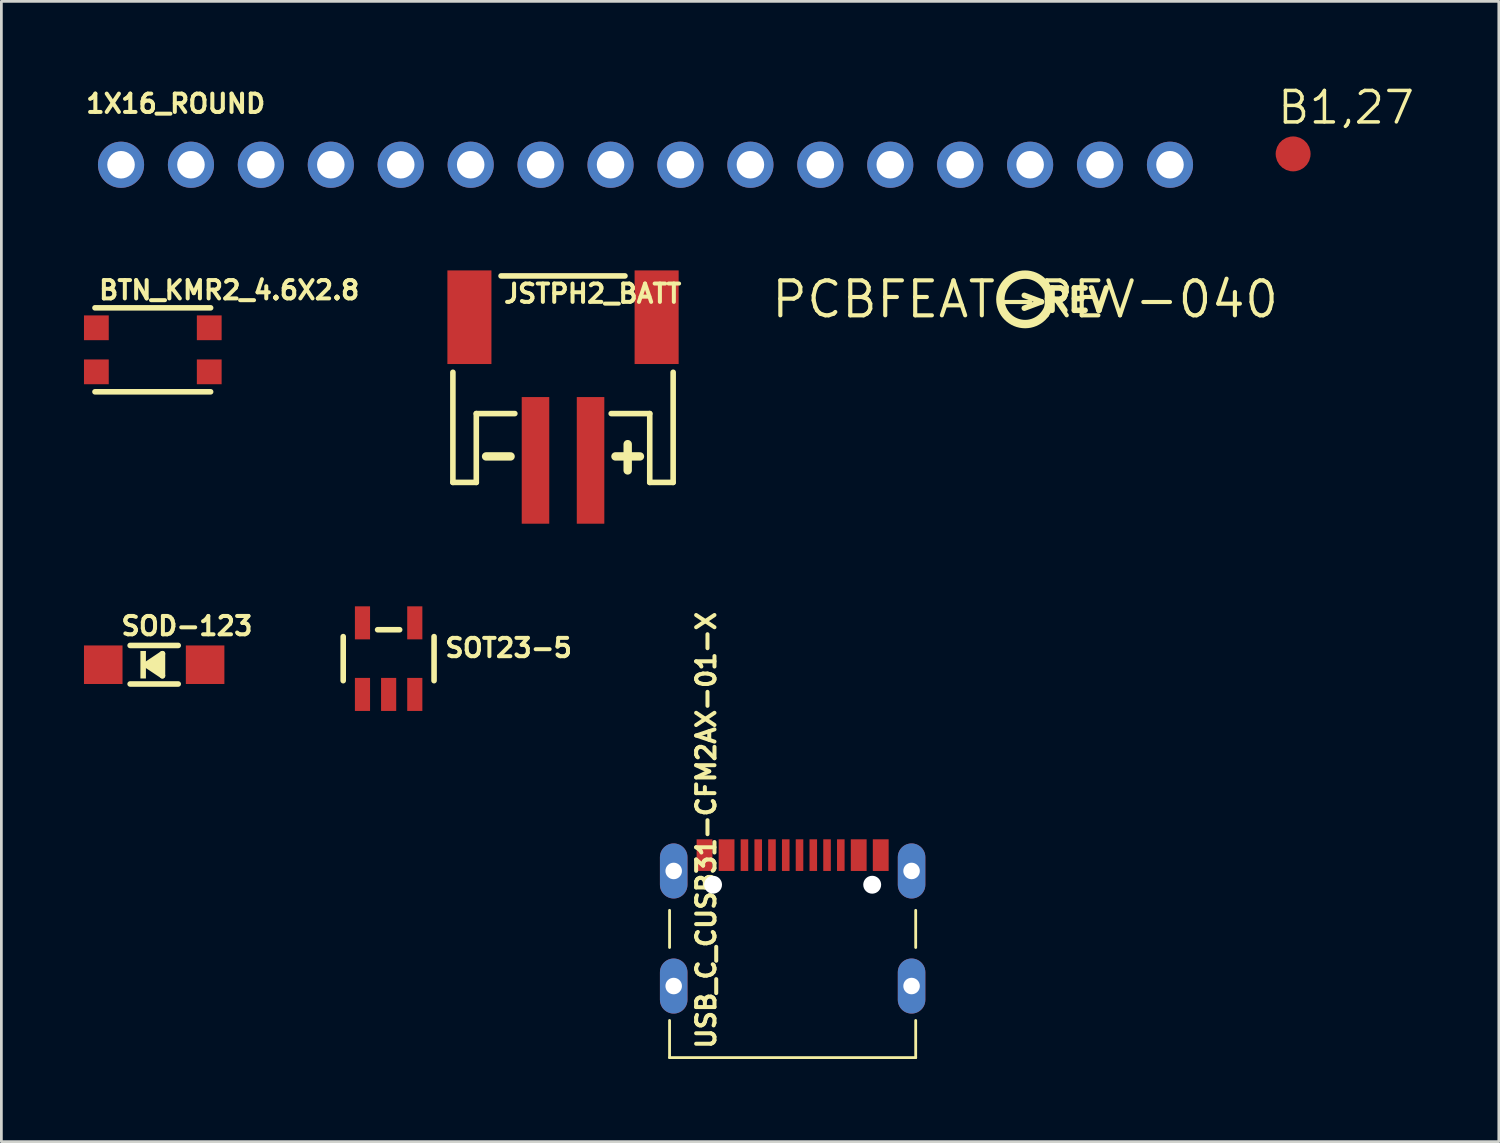
<source format=kicad_pcb>
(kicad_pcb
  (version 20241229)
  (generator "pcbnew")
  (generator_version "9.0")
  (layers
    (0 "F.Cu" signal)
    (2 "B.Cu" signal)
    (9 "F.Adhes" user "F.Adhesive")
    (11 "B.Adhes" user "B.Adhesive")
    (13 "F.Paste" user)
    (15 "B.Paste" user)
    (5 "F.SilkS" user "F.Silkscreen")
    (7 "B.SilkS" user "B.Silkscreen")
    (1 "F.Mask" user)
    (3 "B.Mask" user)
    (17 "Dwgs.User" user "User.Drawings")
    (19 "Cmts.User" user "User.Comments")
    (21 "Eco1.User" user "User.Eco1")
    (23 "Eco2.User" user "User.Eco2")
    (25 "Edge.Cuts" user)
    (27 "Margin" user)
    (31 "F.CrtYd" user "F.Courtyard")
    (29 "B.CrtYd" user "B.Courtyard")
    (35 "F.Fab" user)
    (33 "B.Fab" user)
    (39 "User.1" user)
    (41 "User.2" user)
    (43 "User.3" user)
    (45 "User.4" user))
  (footprint "USB_C_CUSB31-CFM2AX-01-X"
    (layer "F.Cu")
    (at 25.74 31.555)
    (property "Reference" "USB_C_CUSB31-CFM2AX-01-X" (at -2.75 3.56 90) (layer "F.SilkS") (effects (font (size 0.666 0.666) (thickness 0.146)) (justify left bottom)))
    (fp_line (start -4.47 -0.19) (end -4.47 -1.54) (stroke (width 0.102) (type solid)) (layer "F.SilkS"))
    (fp_line (start -4.47 3.81) (end -4.47 2.46) (stroke (width 0.102) (type solid)) (layer "F.SilkS"))
    (fp_line (start 4.47 -1.54) (end 4.47 -0.19) (stroke (width 0.102) (type solid)) (layer "F.SilkS"))
    (fp_line (start 4.47 2.46) (end 4.47 3.81) (stroke (width 0.102) (type solid)) (layer "F.SilkS"))
    (fp_line (start 4.47 3.81) (end -4.47 3.81) (stroke (width 0.102) (type solid)) (layer "F.SilkS"))
    (pad "" np_thru_hole circle (at -2.89 -2.47) (size 0.65 0.65) (drill 0.65) (layers "*.Cu" "*.Mask"))
    (pad "" np_thru_hole circle (at 2.89 -2.47) (size 0.65 0.65) (drill 0.65) (layers "*.Cu" "*.Mask"))
    (pad "A1B12" smd rect (at -3.2 -3.545) (size 0.575 1.15) (layers "F.Cu" "F.Mask" "F.Paste"))
    (pad "A4B9" smd rect (at -2.4 -3.545) (size 0.575 1.15) (layers "F.Cu" "F.Mask" "F.Paste"))
    (pad "A5" smd rect (at -1.25 -3.545) (size 0.275 1.15) (layers "F.Cu" "F.Mask" "F.Paste"))
    (pad "A6" smd rect (at -0.25 -3.545) (size 0.275 1.15) (layers "F.Cu" "F.Mask" "F.Paste"))
    (pad "A7" smd rect (at 0.25 -3.545) (size 0.275 1.15) (layers "F.Cu" "F.Mask" "F.Paste"))
    (pad "A8" smd rect (at 1.25 -3.545) (size 0.275 1.15) (layers "F.Cu" "F.Mask" "F.Paste"))
    (pad "B1A12" smd rect (at 3.2 -3.545) (size 0.575 1.15) (layers "F.Cu" "F.Mask" "F.Paste"))
    (pad "B4A9" smd rect (at 2.4 -3.545) (size 0.575 1.15) (layers "F.Cu" "F.Mask" "F.Paste"))
    (pad "B5" smd rect (at 1.75 -3.545) (size 0.275 1.15) (layers "F.Cu" "F.Mask" "F.Paste"))
    (pad "B6" smd rect (at 0.75 -3.545) (size 0.275 1.15) (layers "F.Cu" "F.Mask" "F.Paste"))
    (pad "B7" smd rect (at -0.75 -3.545) (size 0.275 1.15) (layers "F.Cu" "F.Mask" "F.Paste"))
    (pad "B8" smd rect (at -1.75 -3.545) (size 0.275 1.15) (layers "F.Cu" "F.Mask" "F.Paste"))
    (pad "M1" thru_hole oval (at -4.32 -2.97 90) (size 2 1) (drill 0.6) (layers "*.Cu" "*.Mask"))
    (pad "M2" thru_hole oval (at 4.32 -2.97 90) (size 2 1) (drill 0.6) (layers "*.Cu" "*.Mask"))
    (pad "M3" thru_hole oval (at -4.32 1.21 90) (size 2 1) (drill 0.6) (layers "*.Cu" "*.Mask"))
    (pad "M4" thru_hole oval (at 4.32 1.21 90) (size 2 1) (drill 0.6) (layers "*.Cu" "*.Mask")))
  (footprint "PCBFEAT-REV-040"
    (layer "F.Cu")
    (at 34.184 7.823)
    (property "Reference" "PCBFEAT-REV-040" (at 0 0 0) (layer "F.SilkS") (effects (font (size 1.27 1.27) (thickness 0.15))))
    (fp_circle (center 0 0) (end 0.898 0) (stroke (width 0.305) (type solid)) (fill no) (layer "F.SilkS"))
    (fp_text user ">REV" (at -0.356 0.508 0) (layer "F.SilkS") (effects (font (size 0.813 0.813) (thickness 0.203)) (justify left bottom))))
  (footprint "BTN_KMR2_4.6X2.8"
    (layer "F.Cu")
    (at 2.5 9.656)
    (property "Reference" "BTN_KMR2_4.6X2.8" (at -2.032 -1.778 0) (layer "F.SilkS") (effects (font (size 0.666 0.666) (thickness 0.146)) (justify left bottom)))
    (fp_line (start -2.1 -1.525) (end 2.1 -1.525) (stroke (width 0.203) (type solid)) (layer "F.SilkS"))
    (fp_line (start 2.1 1.525) (end -2.1 1.525) (stroke (width 0.203) (type solid)) (layer "F.SilkS"))
    (pad "A" smd rect (at 2.05 -0.8) (size 0.9 0.9) (layers "F.Cu" "F.Mask" "F.Paste"))
    (pad "A'" smd rect (at -2.05 -0.8) (size 0.9 0.9) (layers "F.Cu" "F.Mask" "F.Paste"))
    (pad "B" smd rect (at 2.05 0.8) (size 0.9 0.9) (layers "F.Cu" "F.Mask" "F.Paste"))
    (pad "B'" smd rect (at -2.05 0.8) (size 0.9 0.9) (layers "F.Cu" "F.Mask" "F.Paste")))
  (footprint "B1,27"
    (layer "F.Cu")
    (at 43.919 2.54)
    (property "Reference" "B1,27" (at -0.635 -1.016 0) (layer "F.SilkS") (effects (font (size 1.143 1.143) (thickness 0.127)) (justify left bottom)))
    (pad "TP" smd roundrect (at 0 0) (size 1.27 1.27) (layers "F.Cu" "F.Mask") (roundrect_rratio 0.5)))
  (footprint "1X16_ROUND"
    (layer "F.Cu")
    (at 20.396 2.934)
    (property "Reference" "1X16_ROUND" (at -20.396 -1.829 0) (layer "F.SilkS") (effects (font (size 0.666 0.666) (thickness 0.146)) (justify left bottom)))
    (pad "1" thru_hole circle (at -19.05 0 90) (size 1.676 1.676) (drill 1) (layers "*.Cu" "*.Mask"))
    (pad "2" thru_hole circle (at -16.51 0 90) (size 1.676 1.676) (drill 1) (layers "*.Cu" "*.Mask"))
    (pad "3" thru_hole circle (at -13.97 0 90) (size 1.676 1.676) (drill 1) (layers "*.Cu" "*.Mask"))
    (pad "4" thru_hole circle (at -11.43 0 90) (size 1.676 1.676) (drill 1) (layers "*.Cu" "*.Mask"))
    (pad "5" thru_hole circle (at -8.89 0 90) (size 1.676 1.676) (drill 1) (layers "*.Cu" "*.Mask"))
    (pad "6" thru_hole circle (at -6.35 0 90) (size 1.676 1.676) (drill 1) (layers "*.Cu" "*.Mask"))
    (pad "7" thru_hole circle (at -3.81 0 90) (size 1.676 1.676) (drill 1) (layers "*.Cu" "*.Mask"))
    (pad "8" thru_hole circle (at -1.27 0 90) (size 1.676 1.676) (drill 1) (layers "*.Cu" "*.Mask"))
    (pad "9" thru_hole circle (at 1.27 0 90) (size 1.676 1.676) (drill 1) (layers "*.Cu" "*.Mask"))
    (pad "10" thru_hole circle (at 3.81 0 90) (size 1.676 1.676) (drill 1) (layers "*.Cu" "*.Mask"))
    (pad "11" thru_hole circle (at 6.35 0 90) (size 1.676 1.676) (drill 1) (layers "*.Cu" "*.Mask"))
    (pad "12" thru_hole circle (at 8.89 0 90) (size 1.676 1.676) (drill 1) (layers "*.Cu" "*.Mask"))
    (pad "13" thru_hole circle (at 11.43 0 90) (size 1.676 1.676) (drill 1) (layers "*.Cu" "*.Mask"))
    (pad "14" thru_hole circle (at 13.97 0 90) (size 1.676 1.676) (drill 1) (layers "*.Cu" "*.Mask"))
    (pad "15" thru_hole circle (at 16.51 0 90) (size 1.676 1.676) (drill 1) (layers "*.Cu" "*.Mask"))
    (pad "16" thru_hole circle (at 19.05 0 90) (size 1.676 1.676) (drill 1) (layers "*.Cu" "*.Mask")))
  (footprint "JSTPH2_BATT"
    (layer "F.Cu")
    (at 17.4 9.972)
    (property "Reference" "JSTPH2_BATT" (at -2.223 -1.968 0) (layer "F.SilkS") (effects (font (size 0.666 0.666) (thickness 0.146)) (justify left bottom)))
    (fp_line (start -4 4.5) (end -4 0.5) (stroke (width 0.203) (type solid)) (layer "F.SilkS"))
    (fp_line (start -3.15 2) (end -3.15 4.5) (stroke (width 0.203) (type solid)) (layer "F.SilkS"))
    (fp_line (start -3.15 4.5) (end -4 4.5) (stroke (width 0.203) (type solid)) (layer "F.SilkS"))
    (fp_line (start -2.794 3.556) (end -1.905 3.556) (stroke (width 0.305) (type solid)) (layer "F.SilkS"))
    (fp_line (start -2.25 -3) (end 2.25 -3) (stroke (width 0.203) (type solid)) (layer "F.SilkS"))
    (fp_line (start -1.75 2) (end -3.15 2) (stroke (width 0.203) (type solid)) (layer "F.SilkS"))
    (fp_line (start 1.905 3.556) (end 2.794 3.556) (stroke (width 0.305) (type solid)) (layer "F.SilkS"))
    (fp_line (start 2.349 4.064) (end 2.349 3.111) (stroke (width 0.305) (type solid)) (layer "F.SilkS"))
    (fp_line (start 3.15 2) (end 1.75 2) (stroke (width 0.203) (type solid)) (layer "F.SilkS"))
    (fp_line (start 3.15 4.5) (end 3.15 2) (stroke (width 0.203) (type solid)) (layer "F.SilkS"))
    (fp_line (start 4 0.5) (end 4 4.5) (stroke (width 0.203) (type solid)) (layer "F.SilkS"))
    (fp_line (start 4 4.5) (end 3.15 4.5) (stroke (width 0.203) (type solid)) (layer "F.SilkS"))
    (pad "1" smd rect (at -1 3.7) (size 1 4.6) (layers "F.Cu" "F.Mask" "F.Paste"))
    (pad "2" smd rect (at 1 3.7) (size 1 4.6) (layers "F.Cu" "F.Mask" "F.Paste"))
    (pad "NC1" smd rect (at -3.4 -1.5 90) (size 3.4 1.6) (layers "F.Cu" "F.Mask" "F.Paste"))
    (pad "NC2" smd rect (at 3.4 -1.5 90) (size 3.4 1.6) (layers "F.Cu" "F.Mask" "F.Paste")))
  (footprint "SOT23-5"
    (layer "F.Cu")
    (at 11.066 20.873)
    (property "Reference" "SOT23-5" (at 1.978 0 0) (layer "F.SilkS") (effects (font (size 0.666 0.666) (thickness 0.146)) (justify left bottom)))
    (fp_line (start -1.65 -0.8) (end -1.65 0.8) (stroke (width 0.203) (type solid)) (layer "F.SilkS"))
    (fp_line (start -0.4 -1.05) (end 0.4 -1.05) (stroke (width 0.203) (type solid)) (layer "F.SilkS"))
    (fp_line (start 1.65 -0.8) (end 1.65 0.8) (stroke (width 0.203) (type solid)) (layer "F.SilkS"))
    (pad "1" smd rect (at -0.95 1.3) (size 0.55 1.2) (layers "F.Cu" "F.Mask" "F.Paste"))
    (pad "2" smd rect (at 0 1.3) (size 0.55 1.2) (layers "F.Cu" "F.Mask" "F.Paste"))
    (pad "3" smd rect (at 0.95 1.3) (size 0.55 1.2) (layers "F.Cu" "F.Mask" "F.Paste"))
    (pad "4" smd rect (at 0.95 -1.3) (size 0.55 1.2) (layers "F.Cu" "F.Mask" "F.Paste"))
    (pad "5" smd rect (at -0.95 -1.3) (size 0.55 1.2) (layers "F.Cu" "F.Mask" "F.Paste")))
  (footprint "SOD-123"
    (layer "F.Cu")
    (at 2.55 21.094)
    (property "Reference" "SOD-123" (at -1.27 -1.016 0) (layer "F.SilkS") (effects (font (size 0.666 0.666) (thickness 0.146)) (justify left bottom)))
    (fp_line (start -0.873 -0.7) (end 0.873 -0.7) (stroke (width 0.203) (type solid)) (layer "F.SilkS"))
    (fp_line (start -0.3 0) (end 0.3 -0.4) (stroke (width 0.203) (type solid)) (layer "F.SilkS"))
    (fp_line (start 0.3 -0.4) (end 0.3 0.4) (stroke (width 0.203) (type solid)) (layer "F.SilkS"))
    (fp_line (start 0.3 0.4) (end -0.3 0) (stroke (width 0.203) (type solid)) (layer "F.SilkS"))
    (fp_line (start 0.873 0.7) (end -0.873 0.7) (stroke (width 0.203) (type solid)) (layer "F.SilkS"))
    (fp_poly (pts (xy 0.302 0.39) (xy -0.283 0) (xy 0.302 -0.39)) (stroke (width 0) (type solid)) (fill yes) (layer "F.SilkS"))
    (fp_poly (pts (xy -0.5 0.5) (xy -0.3 0.5) (xy -0.3 -0.5) (xy -0.5 -0.5)) (stroke (width 0) (type solid)) (fill yes) (layer "F.SilkS"))
    (pad "A" smd rect (at 1.85 0 90) (size 1.4 1.4) (layers "F.Cu" "F.Mask" "F.Paste"))
    (pad "C" smd rect (at -1.85 0 90) (size 1.4 1.4) (layers "F.Cu" "F.Mask" "F.Paste")))
  (gr_rect
    (start -3 -3)
    (end 51.39 38.416)
    (stroke (width 0.1) (type default))
    (fill no)
    (layer "Edge.Cuts")))
</source>
